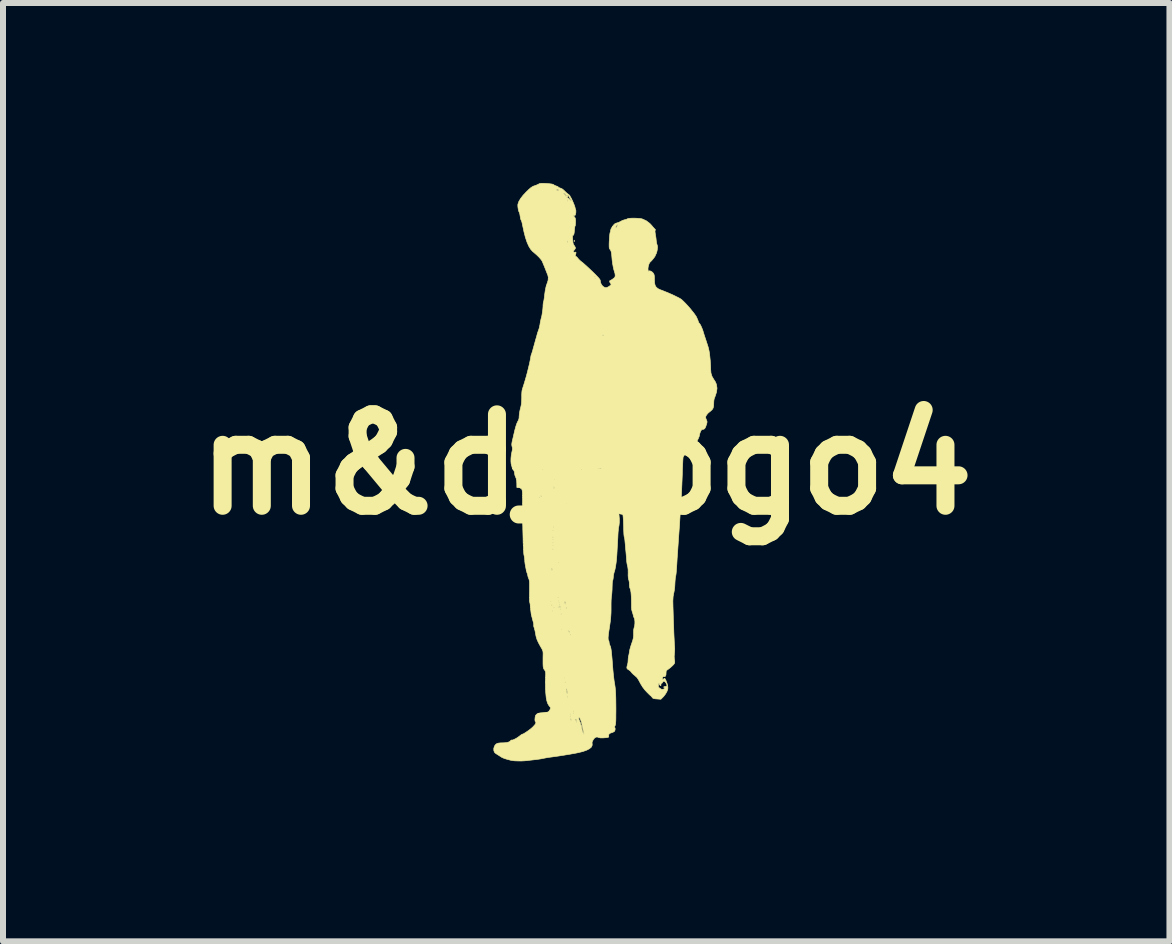
<source format=kicad_pcb>
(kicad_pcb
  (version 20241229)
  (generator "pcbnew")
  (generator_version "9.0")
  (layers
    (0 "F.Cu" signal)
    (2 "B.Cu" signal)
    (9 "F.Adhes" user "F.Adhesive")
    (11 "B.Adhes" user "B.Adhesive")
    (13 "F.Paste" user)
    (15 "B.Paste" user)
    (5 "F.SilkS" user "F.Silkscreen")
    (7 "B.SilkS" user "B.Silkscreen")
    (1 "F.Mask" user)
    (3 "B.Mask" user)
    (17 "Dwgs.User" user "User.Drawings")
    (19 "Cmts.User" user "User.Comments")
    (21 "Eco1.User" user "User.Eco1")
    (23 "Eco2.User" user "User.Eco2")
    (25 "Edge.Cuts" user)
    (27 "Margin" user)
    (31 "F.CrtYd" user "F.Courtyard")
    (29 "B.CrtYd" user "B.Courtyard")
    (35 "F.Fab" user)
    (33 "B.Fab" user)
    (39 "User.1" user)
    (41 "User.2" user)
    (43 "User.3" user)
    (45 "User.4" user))
  (footprint "m&d_logo4"
    (layer "F.Cu")
    (at 6.72 4.69)
    (property "Reference" "m&d_logo4" (at 0 0 0) (layer "F.SilkS") (effects (font (size 1.524 1.524) (thickness 0.3))))
    (attr through_hole)
    (fp_poly (pts (xy -0.198 -3.736) (xy -0.196 -3.719) (xy -0.198 -3.715) (xy -0.201 -3.714) (xy -0.202 -3.725) (xy -0.201 -3.737) (xy -0.198 -3.736)) (stroke (width 0.01) (type solid)) (fill yes) (layer "F.SilkS"))
    (fp_poly (pts (xy -0.715 -4.685) (xy -0.673 -4.683) (xy -0.662 -4.682) (xy -0.614 -4.678) (xy -0.58 -4.674) (xy -0.557 -4.669) (xy -0.544 -4.663) (xy -0.543 -4.661) (xy -0.524 -4.65) (xy -0.499 -4.64) (xy -0.496 -4.639) (xy -0.476 -4.632) (xy -0.466 -4.624) (xy -0.466 -4.623) (xy -0.458 -4.616) (xy -0.44 -4.608) (xy -0.43 -4.605) (xy -0.395 -4.589) (xy -0.362 -4.559) (xy -0.338 -4.535) (xy -0.313 -4.513) (xy -0.3 -4.504) (xy -0.282 -4.49) (xy -0.272 -4.478) (xy -0.271 -4.476) (xy -0.265 -4.461) (xy -0.262 -4.456) (xy -0.253 -4.443) (xy -0.241 -4.419) (xy -0.226 -4.387) (xy -0.212 -4.354) (xy -0.199 -4.322) (xy -0.19 -4.296) (xy -0.186 -4.282) (xy -0.182 -4.261) (xy -0.177 -4.249) (xy -0.172 -4.228) (xy -0.173 -4.197) (xy -0.174 -4.19) (xy -0.179 -4.165) (xy -0.185 -4.152) (xy -0.196 -4.149) (xy -0.209 -4.147) (xy -0.209 -4.14) (xy -0.196 -4.125) (xy -0.195 -4.123) (xy -0.186 -4.111) (xy -0.18 -4.094) (xy -0.178 -4.067) (xy -0.178 -4.044) (xy -0.179 -4.013) (xy -0.181 -3.989) (xy -0.184 -3.976) (xy -0.184 -3.976) (xy -0.19 -3.963) (xy -0.192 -3.947) (xy -0.197 -3.895) (xy -0.201 -3.859) (xy -0.206 -3.835) (xy -0.212 -3.822) (xy -0.218 -3.818) (xy -0.225 -3.816) (xy -0.228 -3.806) (xy -0.228 -3.785) (xy -0.226 -3.757) (xy -0.223 -3.719) (xy -0.22 -3.694) (xy -0.216 -3.676) (xy -0.209 -3.662) (xy -0.199 -3.647) (xy -0.197 -3.643) (xy -0.182 -3.619) (xy -0.18 -3.602) (xy -0.19 -3.584) (xy -0.201 -3.571) (xy -0.215 -3.554) (xy -0.217 -3.544) (xy -0.213 -3.54) (xy -0.196 -3.536) (xy -0.184 -3.537) (xy -0.172 -3.538) (xy -0.17 -3.528) (xy -0.171 -3.521) (xy -0.177 -3.499) (xy -0.182 -3.487) (xy -0.181 -3.473) (xy -0.172 -3.468) (xy -0.158 -3.458) (xy -0.141 -3.439) (xy -0.136 -3.432) (xy -0.116 -3.41) (xy -0.09 -3.386) (xy -0.074 -3.374) (xy -0.056 -3.36) (xy -0.029 -3.336) (xy 0.006 -3.305) (xy 0.046 -3.268) (xy 0.087 -3.229) (xy 0.101 -3.216) (xy 0.145 -3.173) (xy 0.178 -3.139) (xy 0.202 -3.114) (xy 0.218 -3.095) (xy 0.228 -3.081) (xy 0.233 -3.07) (xy 0.235 -3.059) (xy 0.235 -3.055) (xy 0.242 -3.022) (xy 0.258 -2.99) (xy 0.282 -2.965) (xy 0.309 -2.949) (xy 0.334 -2.946) (xy 0.353 -2.952) (xy 0.376 -2.964) (xy 0.397 -2.979) (xy 0.411 -2.993) (xy 0.415 -3.001) (xy 0.409 -3.015) (xy 0.402 -3.023) (xy 0.393 -3.036) (xy 0.39 -3.052) (xy 0.394 -3.063) (xy 0.399 -3.065) (xy 0.41 -3.07) (xy 0.43 -3.081) (xy 0.445 -3.092) (xy 0.467 -3.109) (xy 0.479 -3.124) (xy 0.482 -3.141) (xy 0.483 -3.151) (xy 0.479 -3.183) (xy 0.47 -3.213) (xy 0.47 -3.214) (xy 0.46 -3.246) (xy 0.45 -3.291) (xy 0.44 -3.345) (xy 0.432 -3.404) (xy 0.427 -3.463) (xy 0.423 -3.507) (xy 0.418 -3.538) (xy 0.41 -3.562) (xy 0.398 -3.582) (xy 0.39 -3.592) (xy 0.386 -3.601) (xy 0.383 -3.616) (xy 0.382 -3.641) (xy 0.382 -3.677) (xy 0.384 -3.727) (xy 0.385 -3.731) (xy 0.387 -3.776) (xy 0.39 -3.815) (xy 0.394 -3.844) (xy 0.397 -3.862) (xy 0.398 -3.865) (xy 0.404 -3.878) (xy 0.406 -3.899) (xy 0.414 -3.927) (xy 0.432 -3.957) (xy 0.492 -3.957) (xy 0.494 -3.947) (xy 0.5 -3.945) (xy 0.508 -3.952) (xy 0.508 -3.955) (xy 0.513 -3.969) (xy 0.521 -3.98) (xy 0.53 -3.991) (xy 0.527 -3.994) (xy 0.52 -3.993) (xy 0.507 -3.986) (xy 0.497 -3.972) (xy 0.492 -3.957) (xy 0.432 -3.957) (xy 0.435 -3.963) (xy 0.441 -3.971) (xy 0.462 -3.997) (xy 0.48 -4.013) (xy 0.499 -4.021) (xy 0.51 -4.024) (xy 0.54 -4.033) (xy 0.57 -4.048) (xy 0.575 -4.051) (xy 0.603 -4.066) (xy 0.634 -4.076) (xy 0.639 -4.077) (xy 0.664 -4.083) (xy 0.682 -4.091) (xy 0.685 -4.093) (xy 0.701 -4.098) (xy 0.729 -4.102) (xy 0.766 -4.104) (xy 0.808 -4.104) (xy 0.851 -4.102) (xy 0.891 -4.099) (xy 0.923 -4.094) (xy 0.937 -4.09) (xy 1.002 -4.06) (xy 1.06 -4.016) (xy 1.091 -3.983) (xy 1.111 -3.958) (xy 1.131 -3.936) (xy 1.142 -3.925) (xy 1.154 -3.911) (xy 1.151 -3.903) (xy 1.146 -3.894) (xy 1.147 -3.874) (xy 1.151 -3.843) (xy 1.157 -3.809) (xy 1.162 -3.777) (xy 1.164 -3.759) (xy 1.168 -3.721) (xy 1.174 -3.685) (xy 1.181 -3.659) (xy 1.185 -3.649) (xy 1.188 -3.632) (xy 1.187 -3.604) (xy 1.183 -3.571) (xy 1.176 -3.54) (xy 1.168 -3.516) (xy 1.165 -3.51) (xy 1.155 -3.491) (xy 1.151 -3.479) (xy 1.146 -3.468) (xy 1.133 -3.449) (xy 1.115 -3.426) (xy 1.096 -3.403) (xy 1.079 -3.385) (xy 1.069 -3.376) (xy 1.054 -3.358) (xy 1.042 -3.329) (xy 1.033 -3.295) (xy 1.029 -3.26) (xy 1.032 -3.231) (xy 1.033 -3.229) (xy 1.038 -3.215) (xy 1.041 -3.214) (xy 1.041 -3.215) (xy 1.047 -3.225) (xy 1.062 -3.226) (xy 1.082 -3.218) (xy 1.103 -3.204) (xy 1.12 -3.185) (xy 1.122 -3.181) (xy 1.131 -3.162) (xy 1.135 -3.14) (xy 1.137 -3.108) (xy 1.137 -3.083) (xy 1.139 -3.027) (xy 1.148 -2.985) (xy 1.167 -2.953) (xy 1.197 -2.929) (xy 1.239 -2.909) (xy 1.249 -2.906) (xy 1.278 -2.895) (xy 1.317 -2.879) (xy 1.36 -2.862) (xy 1.389 -2.849) (xy 1.433 -2.83) (xy 1.469 -2.813) (xy 1.501 -2.797) (xy 1.538 -2.779) (xy 1.567 -2.763) (xy 1.589 -2.748) (xy 1.618 -2.721) (xy 1.653 -2.686) (xy 1.691 -2.645) (xy 1.73 -2.601) (xy 1.767 -2.555) (xy 1.801 -2.512) (xy 1.828 -2.473) (xy 1.831 -2.469) (xy 1.839 -2.454) (xy 1.849 -2.431) (xy 1.86 -2.406) (xy 1.868 -2.384) (xy 1.871 -2.372) (xy 1.871 -2.372) (xy 1.877 -2.361) (xy 1.884 -2.353) (xy 1.897 -2.337) (xy 1.912 -2.309) (xy 1.928 -2.273) (xy 1.943 -2.234) (xy 1.951 -2.208) (xy 1.959 -2.181) (xy 1.971 -2.143) (xy 1.985 -2.101) (xy 1.994 -2.074) (xy 2.01 -2.025) (xy 2.022 -1.988) (xy 2.031 -1.96) (xy 2.037 -1.938) (xy 2.042 -1.916) (xy 2.047 -1.893) (xy 2.048 -1.888) (xy 2.055 -1.845) (xy 2.061 -1.791) (xy 2.067 -1.731) (xy 2.071 -1.671) (xy 2.074 -1.615) (xy 2.074 -1.586) (xy 2.079 -1.523) (xy 2.096 -1.468) (xy 2.125 -1.418) (xy 2.134 -1.405) (xy 2.15 -1.38) (xy 2.165 -1.347) (xy 2.171 -1.327) (xy 2.18 -1.27) (xy 2.172 -1.207) (xy 2.15 -1.139) (xy 2.146 -1.128) (xy 2.133 -1.095) (xy 2.127 -1.062) (xy 2.125 -1.02) (xy 2.123 -0.973) (xy 2.115 -0.939) (xy 2.098 -0.912) (xy 2.072 -0.888) (xy 2.061 -0.88) (xy 2.03 -0.854) (xy 2.006 -0.825) (xy 1.992 -0.798) (xy 1.99 -0.786) (xy 1.993 -0.769) (xy 2.002 -0.746) (xy 2.004 -0.741) (xy 2.011 -0.724) (xy 2.014 -0.709) (xy 2.011 -0.69) (xy 2.003 -0.662) (xy 2.002 -0.66) (xy 1.989 -0.622) (xy 1.976 -0.599) (xy 1.961 -0.587) (xy 1.943 -0.584) (xy 1.927 -0.58) (xy 1.914 -0.565) (xy 1.905 -0.549) (xy 1.895 -0.522) (xy 1.889 -0.499) (xy 1.888 -0.492) (xy 1.883 -0.468) (xy 1.87 -0.436) (xy 1.853 -0.401) (xy 1.833 -0.37) (xy 1.813 -0.347) (xy 1.809 -0.343) (xy 1.783 -0.329) (xy 1.756 -0.321) (xy 1.753 -0.32) (xy 1.732 -0.316) (xy 1.721 -0.304) (xy 1.714 -0.288) (xy 1.696 -0.24) (xy 1.672 -0.2) (xy 1.65 -0.172) (xy 1.631 -0.149) (xy 1.618 -0.127) (xy 1.614 -0.117) (xy 1.613 -0.104) (xy 1.611 -0.076) (xy 1.609 -0.036) (xy 1.607 0.015) (xy 1.604 0.074) (xy 1.602 0.138) (xy 1.601 0.174) (xy 1.598 0.246) (xy 1.595 0.319) (xy 1.592 0.39) (xy 1.589 0.454) (xy 1.586 0.509) (xy 1.583 0.55) (xy 1.583 0.559) (xy 1.579 0.61) (xy 1.575 0.672) (xy 1.571 0.737) (xy 1.567 0.798) (xy 1.566 0.813) (xy 1.563 0.872) (xy 1.559 0.938) (xy 1.555 1.002) (xy 1.551 1.059) (xy 1.55 1.071) (xy 1.545 1.145) (xy 1.539 1.227) (xy 1.533 1.315) (xy 1.527 1.404) (xy 1.521 1.492) (xy 1.515 1.573) (xy 1.511 1.646) (xy 1.507 1.706) (xy 1.507 1.71) (xy 1.503 1.757) (xy 1.5 1.8) (xy 1.496 1.835) (xy 1.492 1.858) (xy 1.491 1.863) (xy 1.487 1.883) (xy 1.483 1.915) (xy 1.48 1.955) (xy 1.478 1.994) (xy 1.475 2.045) (xy 1.469 2.093) (xy 1.462 2.132) (xy 1.459 2.146) (xy 1.448 2.204) (xy 1.444 2.277) (xy 1.444 2.278) (xy 1.445 2.319) (xy 1.446 2.371) (xy 1.448 2.433) (xy 1.45 2.501) (xy 1.452 2.574) (xy 1.455 2.649) (xy 1.458 2.723) (xy 1.46 2.794) (xy 1.463 2.86) (xy 1.466 2.919) (xy 1.468 2.967) (xy 1.47 3.003) (xy 1.472 3.023) (xy 1.475 3.076) (xy 1.472 3.13) (xy 1.47 3.147) (xy 1.466 3.201) (xy 1.469 3.247) (xy 1.471 3.253) (xy 1.475 3.284) (xy 1.474 3.306) (xy 1.469 3.319) (xy 1.455 3.337) (xy 1.432 3.36) (xy 1.403 3.386) (xy 1.372 3.41) (xy 1.353 3.423) (xy 1.337 3.437) (xy 1.331 3.455) (xy 1.331 3.469) (xy 1.329 3.506) (xy 1.322 3.528) (xy 1.307 3.537) (xy 1.297 3.537) (xy 1.281 3.538) (xy 1.274 3.546) (xy 1.271 3.564) (xy 1.27 3.583) (xy 1.273 3.588) (xy 1.283 3.581) (xy 1.285 3.579) (xy 1.299 3.568) (xy 1.307 3.564) (xy 1.314 3.572) (xy 1.325 3.591) (xy 1.336 3.619) (xy 1.347 3.649) (xy 1.355 3.679) (xy 1.359 3.699) (xy 1.361 3.726) (xy 1.358 3.75) (xy 1.348 3.777) (xy 1.342 3.791) (xy 1.322 3.825) (xy 1.297 3.859) (xy 1.281 3.877) (xy 1.244 3.914) (xy 1.179 3.909) (xy 1.144 3.906) (xy 1.122 3.901) (xy 1.109 3.895) (xy 1.101 3.885) (xy 1.086 3.867) (xy 1.076 3.857) (xy 1.064 3.847) (xy 1.045 3.829) (xy 1.021 3.805) (xy 1.01 3.794) (xy 0.974 3.755) (xy 0.942 3.712) (xy 0.93 3.693) (xy 1.201 3.693) (xy 1.202 3.706) (xy 1.218 3.724) (xy 1.221 3.727) (xy 1.251 3.746) (xy 1.278 3.749) (xy 1.3 3.739) (xy 1.311 3.729) (xy 1.309 3.724) (xy 1.302 3.721) (xy 1.291 3.713) (xy 1.295 3.705) (xy 1.311 3.701) (xy 1.321 3.7) (xy 1.341 3.695) (xy 1.346 3.681) (xy 1.338 3.658) (xy 1.327 3.64) (xy 1.308 3.618) (xy 1.291 3.612) (xy 1.278 3.623) (xy 1.274 3.63) (xy 1.264 3.645) (xy 1.255 3.649) (xy 1.246 3.653) (xy 1.246 3.655) (xy 1.246 3.669) (xy 1.246 3.678) (xy 1.243 3.688) (xy 1.234 3.684) (xy 1.232 3.683) (xy 1.221 3.669) (xy 1.219 3.661) (xy 1.213 3.647) (xy 1.21 3.644) (xy 1.203 3.645) (xy 1.204 3.66) (xy 1.205 3.681) (xy 1.201 3.693) (xy 0.93 3.693) (xy 0.911 3.663) (xy 0.878 3.602) (xy 0.876 3.598) (xy 0.848 3.554) (xy 0.812 3.521) (xy 0.81 3.519) (xy 0.784 3.498) (xy 0.762 3.476) (xy 0.753 3.464) (xy 0.734 3.442) (xy 0.709 3.424) (xy 0.707 3.423) (xy 0.687 3.41) (xy 0.678 3.396) (xy 0.677 3.385) (xy 0.681 3.36) (xy 0.686 3.343) (xy 0.691 3.326) (xy 0.696 3.299) (xy 0.698 3.266) (xy 0.698 3.264) (xy 0.7 3.232) (xy 0.703 3.207) (xy 0.706 3.194) (xy 0.706 3.193) (xy 0.71 3.18) (xy 0.714 3.158) (xy 0.716 3.149) (xy 0.726 3.088) (xy 0.743 3.028) (xy 0.756 2.989) (xy 0.774 2.937) (xy 0.785 2.894) (xy 0.789 2.851) (xy 0.789 2.806) (xy 0.79 2.758) (xy 0.798 2.721) (xy 0.8 2.716) (xy 0.807 2.688) (xy 0.811 2.652) (xy 0.811 2.615) (xy 0.807 2.582) (xy 0.8 2.56) (xy 0.79 2.539) (xy 0.785 2.518) (xy 0.779 2.494) (xy 0.77 2.465) (xy 0.767 2.456) (xy 0.758 2.423) (xy 0.754 2.387) (xy 0.754 2.38) (xy 0.754 2.308) (xy 0.753 2.241) (xy 0.75 2.182) (xy 0.746 2.133) (xy 0.74 2.097) (xy 0.734 2.074) (xy 0.732 2.071) (xy 0.724 2.051) (xy 0.72 2.019) (xy 0.72 2.002) (xy 0.718 1.968) (xy 0.713 1.937) (xy 0.708 1.921) (xy 0.701 1.892) (xy 0.698 1.847) (xy 0.699 1.812) (xy 0.698 1.751) (xy 0.692 1.706) (xy 0.689 1.694) (xy 0.682 1.666) (xy 0.676 1.629) (xy 0.673 1.592) (xy 0.67 1.553) (xy 0.666 1.505) (xy 0.662 1.459) (xy 0.661 1.448) (xy 0.656 1.401) (xy 0.652 1.35) (xy 0.648 1.305) (xy 0.647 1.296) (xy 0.644 1.261) (xy 0.64 1.231) (xy 0.635 1.212) (xy 0.634 1.209) (xy 0.631 1.196) (xy 0.628 1.168) (xy 0.626 1.13) (xy 0.624 1.083) (xy 0.623 1.032) (xy 0.623 1.03) (xy 0.62 0.947) (xy 0.616 0.88) (xy 0.61 0.828) (xy 0.601 0.791) (xy 0.59 0.767) (xy 0.581 0.758) (xy 0.567 0.754) (xy 0.555 0.765) (xy 0.553 0.766) (xy 0.547 0.779) (xy 0.544 0.796) (xy 0.545 0.824) (xy 0.547 0.847) (xy 0.552 0.908) (xy 0.552 0.966) (xy 0.547 1.015) (xy 0.542 1.041) (xy 0.538 1.061) (xy 0.535 1.094) (xy 0.531 1.134) (xy 0.529 1.173) (xy 0.527 1.219) (xy 0.524 1.273) (xy 0.521 1.331) (xy 0.517 1.391) (xy 0.514 1.448) (xy 0.511 1.501) (xy 0.508 1.545) (xy 0.505 1.577) (xy 0.504 1.592) (xy 0.496 1.657) (xy 0.487 1.713) (xy 0.478 1.757) (xy 0.47 1.784) (xy 0.462 1.81) (xy 0.455 1.845) (xy 0.452 1.87) (xy 0.449 1.901) (xy 0.444 1.927) (xy 0.44 1.939) (xy 0.437 1.954) (xy 0.434 1.981) (xy 0.433 2.015) (xy 0.432 2.037) (xy 0.431 2.084) (xy 0.428 2.133) (xy 0.424 2.178) (xy 0.422 2.189) (xy 0.418 2.223) (xy 0.415 2.27) (xy 0.414 2.322) (xy 0.414 2.375) (xy 0.414 2.383) (xy 0.414 2.433) (xy 0.413 2.48) (xy 0.41 2.527) (xy 0.406 2.577) (xy 0.399 2.634) (xy 0.389 2.702) (xy 0.377 2.781) (xy 0.369 2.84) (xy 0.365 2.885) (xy 0.366 2.916) (xy 0.371 2.932) (xy 0.373 2.934) (xy 0.379 2.945) (xy 0.381 2.964) (xy 0.385 2.988) (xy 0.395 3.016) (xy 0.398 3.022) (xy 0.403 3.033) (xy 0.407 3.047) (xy 0.411 3.064) (xy 0.415 3.087) (xy 0.419 3.118) (xy 0.423 3.158) (xy 0.428 3.208) (xy 0.433 3.27) (xy 0.439 3.347) (xy 0.444 3.412) (xy 0.449 3.468) (xy 0.455 3.523) (xy 0.461 3.573) (xy 0.466 3.614) (xy 0.47 3.636) (xy 0.477 3.678) (xy 0.483 3.722) (xy 0.488 3.773) (xy 0.491 3.831) (xy 0.493 3.898) (xy 0.494 3.978) (xy 0.495 4.072) (xy 0.495 4.104) (xy 0.494 4.174) (xy 0.494 4.229) (xy 0.493 4.271) (xy 0.491 4.302) (xy 0.489 4.324) (xy 0.486 4.34) (xy 0.483 4.35) (xy 0.48 4.355) (xy 0.472 4.373) (xy 0.474 4.382) (xy 0.481 4.394) (xy 0.482 4.415) (xy 0.477 4.437) (xy 0.472 4.447) (xy 0.457 4.458) (xy 0.434 4.468) (xy 0.426 4.47) (xy 0.394 4.482) (xy 0.377 4.499) (xy 0.374 4.522) (xy 0.375 4.526) (xy 0.376 4.537) (xy 0.372 4.545) (xy 0.36 4.55) (xy 0.339 4.554) (xy 0.304 4.556) (xy 0.284 4.558) (xy 0.236 4.558) (xy 0.205 4.551) (xy 0.201 4.549) (xy 0.182 4.542) (xy 0.166 4.545) (xy 0.152 4.551) (xy 0.134 4.565) (xy 0.118 4.587) (xy 0.104 4.612) (xy 0.097 4.635) (xy 0.098 4.649) (xy 0.1 4.663) (xy 0.098 4.684) (xy 0.098 4.686) (xy 0.084 4.713) (xy 0.054 4.738) (xy 0.008 4.762) (xy -0.053 4.784) (xy -0.13 4.803) (xy -0.178 4.813) (xy -0.279 4.831) (xy -0.377 4.847) (xy -0.467 4.861) (xy -0.546 4.872) (xy -0.559 4.874) (xy -0.605 4.88) (xy -0.652 4.887) (xy -0.694 4.895) (xy -0.715 4.899) (xy -0.754 4.907) (xy -0.8 4.914) (xy -0.844 4.92) (xy -0.847 4.92) (xy -0.89 4.925) (xy -0.936 4.93) (xy -0.976 4.935) (xy -0.978 4.936) (xy -1.028 4.94) (xy -1.084 4.943) (xy -1.142 4.942) (xy -1.195 4.94) (xy -1.24 4.934) (xy -1.253 4.932) (xy -1.315 4.916) (xy -1.364 4.901) (xy -1.404 4.884) (xy -1.435 4.864) (xy -1.463 4.846) (xy -1.49 4.829) (xy -1.504 4.821) (xy -1.528 4.8) (xy -1.54 4.769) (xy -1.541 4.734) (xy -1.53 4.697) (xy -1.52 4.681) (xy -1.506 4.664) (xy -1.488 4.652) (xy -1.464 4.645) (xy -1.429 4.641) (xy -1.381 4.64) (xy -1.379 4.64) (xy -1.336 4.637) (xy -1.299 4.629) (xy -1.272 4.617) (xy -1.259 4.602) (xy -1.248 4.593) (xy -1.242 4.594) (xy -1.226 4.593) (xy -1.201 4.583) (xy -1.17 4.567) (xy -1.138 4.547) (xy -1.11 4.526) (xy -1.088 4.509) (xy -1.071 4.498) (xy -1.064 4.496) (xy -1.049 4.491) (xy -1.025 4.477) (xy -0.994 4.457) (xy -0.961 4.434) (xy -0.928 4.409) (xy -0.9 4.385) (xy -0.883 4.369) (xy -0.854 4.336) (xy -0.84 4.312) (xy -0.84 4.295) (xy -0.847 4.288) (xy -0.853 4.276) (xy -0.855 4.253) (xy -0.853 4.226) (xy -0.849 4.199) (xy -0.844 4.187) (xy -0.268 4.187) (xy -0.267 4.203) (xy -0.267 4.211) (xy -0.262 4.246) (xy -0.255 4.264) (xy -0.25 4.267) (xy -0.25 4.26) (xy -0.25 4.26) (xy -0.186 4.26) (xy -0.181 4.264) (xy -0.178 4.263) (xy -0.172 4.266) (xy -0.169 4.283) (xy -0.169 4.284) (xy -0.167 4.302) (xy -0.16 4.31) (xy -0.16 4.31) (xy -0.155 4.302) (xy -0.157 4.282) (xy -0.162 4.261) (xy -0.166 4.248) (xy -0.167 4.248) (xy -0.175 4.245) (xy -0.184 4.252) (xy -0.186 4.26) (xy -0.25 4.26) (xy -0.253 4.242) (xy -0.254 4.235) (xy -0.257 4.222) (xy -0.125 4.222) (xy -0.123 4.241) (xy -0.115 4.266) (xy -0.111 4.275) (xy -0.1 4.299) (xy -0.094 4.32) (xy -0.093 4.326) (xy -0.089 4.342) (xy -0.085 4.348) (xy -0.079 4.359) (xy -0.076 4.377) (xy -0.074 4.399) (xy -0.068 4.426) (xy -0.06 4.454) (xy -0.051 4.478) (xy -0.043 4.493) (xy -0.04 4.496) (xy -0.035 4.49) (xy -0.036 4.485) (xy -0.041 4.467) (xy -0.049 4.438) (xy -0.057 4.401) (xy -0.066 4.363) (xy -0.073 4.328) (xy -0.075 4.315) (xy -0.084 4.282) (xy -0.096 4.25) (xy -0.103 4.235) (xy -0.115 4.217) (xy -0.122 4.212) (xy -0.125 4.219) (xy -0.125 4.222) (xy -0.257 4.222) (xy -0.262 4.203) (xy -0.266 4.187) (xy -0.268 4.187) (xy -0.844 4.187) (xy -0.843 4.183) (xy -0.827 4.163) (xy -0.817 4.157) (xy -0.271 4.157) (xy -0.268 4.164) (xy -0.265 4.163) (xy -0.264 4.153) (xy -0.265 4.151) (xy -0.27 4.153) (xy -0.271 4.157) (xy -0.817 4.157) (xy -0.802 4.149) (xy -0.782 4.144) (xy -0.212 4.144) (xy -0.207 4.149) (xy -0.203 4.144) (xy -0.207 4.14) (xy -0.212 4.144) (xy -0.782 4.144) (xy -0.766 4.141) (xy -0.716 4.137) (xy -0.712 4.137) (xy -0.67 4.134) (xy -0.641 4.127) (xy -0.621 4.114) (xy -0.619 4.111) (xy -0.22 4.111) (xy -0.216 4.115) (xy -0.212 4.111) (xy -0.216 4.106) (xy -0.22 4.111) (xy -0.619 4.111) (xy -0.607 4.093) (xy -0.601 4.08) (xy -0.595 4.061) (xy -0.599 4.047) (xy -0.608 4.036) (xy -0.629 4.009) (xy -0.645 3.977) (xy -0.657 3.938) (xy -0.667 3.887) (xy -0.673 3.824) (xy -0.676 3.789) (xy -0.678 3.745) (xy -0.337 3.745) (xy -0.332 3.767) (xy -0.332 3.767) (xy -0.326 3.79) (xy -0.32 3.822) (xy -0.316 3.846) (xy -0.312 3.872) (xy -0.31 3.883) (xy -0.307 3.879) (xy -0.306 3.87) (xy -0.307 3.843) (xy -0.311 3.811) (xy -0.313 3.805) (xy -0.318 3.776) (xy -0.322 3.75) (xy -0.322 3.745) (xy -0.323 3.73) (xy -0.329 3.73) (xy -0.331 3.731) (xy -0.337 3.745) (xy -0.678 3.745) (xy -0.679 3.736) (xy -0.68 3.682) (xy -0.681 3.632) (xy -0.681 3.628) (xy -0.356 3.628) (xy -0.351 3.632) (xy -0.347 3.628) (xy -0.351 3.624) (xy -0.356 3.628) (xy -0.681 3.628) (xy -0.681 3.593) (xy -0.68 3.581) (xy -0.679 3.551) (xy -0.363 3.551) (xy -0.362 3.562) (xy -0.359 3.562) (xy -0.357 3.551) (xy -0.358 3.546) (xy -0.362 3.543) (xy -0.363 3.551) (xy -0.679 3.551) (xy -0.678 3.533) (xy -0.676 3.499) (xy -0.677 3.474) (xy -0.679 3.457) (xy -0.684 3.444) (xy -0.691 3.431) (xy -0.697 3.422) (xy -0.705 3.412) (xy -0.71 3.401) (xy -0.714 3.389) (xy -0.717 3.373) (xy -0.719 3.351) (xy -0.72 3.32) (xy -0.72 3.279) (xy -0.72 3.225) (xy -0.719 3.168) (xy -0.719 3.14) (xy -0.721 3.119) (xy -0.727 3.099) (xy -0.737 3.077) (xy -0.754 3.048) (xy -0.766 3.027) (xy -0.797 2.97) (xy -0.82 2.919) (xy -0.836 2.867) (xy -0.841 2.841) (xy -0.271 2.841) (xy -0.267 2.845) (xy -0.262 2.841) (xy -0.267 2.836) (xy -0.271 2.841) (xy -0.841 2.841) (xy -0.847 2.806) (xy -0.848 2.803) (xy -0.854 2.769) (xy -0.855 2.768) (xy -0.305 2.768) (xy -0.299 2.777) (xy -0.296 2.777) (xy -0.289 2.784) (xy -0.288 2.794) (xy -0.285 2.808) (xy -0.28 2.811) (xy -0.276 2.804) (xy -0.277 2.794) (xy -0.284 2.779) (xy -0.293 2.768) (xy -0.302 2.763) (xy -0.305 2.768) (xy -0.855 2.768) (xy -0.86 2.747) (xy -0.415 2.747) (xy -0.411 2.752) (xy -0.406 2.747) (xy -0.411 2.743) (xy -0.415 2.747) (xy -0.86 2.747) (xy -0.862 2.738) (xy -0.868 2.72) (xy -0.875 2.698) (xy -0.876 2.681) (xy -0.875 2.68) (xy -0.875 2.666) (xy -0.879 2.641) (xy -0.885 2.619) (xy -0.892 2.593) (xy -0.898 2.574) (xy -0.899 2.568) (xy -0.901 2.559) (xy -0.906 2.539) (xy -0.911 2.521) (xy -0.916 2.493) (xy -0.423 2.493) (xy -0.419 2.498) (xy -0.415 2.493) (xy -0.419 2.489) (xy -0.423 2.493) (xy -0.916 2.493) (xy -0.917 2.492) (xy -0.922 2.453) (xy -0.923 2.443) (xy -0.567 2.443) (xy -0.563 2.447) (xy -0.559 2.443) (xy -0.563 2.438) (xy -0.567 2.443) (xy -0.923 2.443) (xy -0.927 2.413) (xy -0.432 2.413) (xy -0.429 2.42) (xy -0.426 2.419) (xy -0.425 2.409) (xy -0.426 2.407) (xy -0.431 2.409) (xy -0.432 2.413) (xy -0.927 2.413) (xy -0.927 2.411) (xy -0.928 2.396) (xy -0.929 2.383) (xy -0.541 2.383) (xy -0.54 2.394) (xy -0.537 2.394) (xy -0.536 2.391) (xy -0.338 2.391) (xy -0.336 2.402) (xy -0.334 2.402) (xy -0.332 2.391) (xy -0.333 2.386) (xy -0.337 2.383) (xy -0.338 2.391) (xy -0.536 2.391) (xy -0.535 2.382) (xy -0.536 2.378) (xy -0.54 2.374) (xy -0.541 2.383) (xy -0.929 2.383) (xy -0.93 2.373) (xy -0.473 2.373) (xy -0.471 2.378) (xy -0.462 2.387) (xy -0.457 2.385) (xy -0.457 2.384) (xy -0.463 2.377) (xy -0.467 2.374) (xy -0.473 2.373) (xy -0.93 2.373) (xy -0.931 2.36) (xy -0.933 2.345) (xy -0.576 2.345) (xy -0.573 2.352) (xy -0.57 2.351) (xy -0.569 2.342) (xy -0.45 2.342) (xy -0.447 2.361) (xy -0.446 2.366) (xy -0.438 2.386) (xy -0.434 2.391) (xy -0.433 2.38) (xy -0.436 2.359) (xy -0.442 2.34) (xy -0.447 2.332) (xy -0.448 2.332) (xy -0.45 2.342) (xy -0.569 2.342) (xy -0.569 2.341) (xy -0.57 2.34) (xy -0.575 2.341) (xy -0.576 2.345) (xy -0.933 2.345) (xy -0.935 2.328) (xy -0.939 2.307) (xy -0.457 2.307) (xy -0.453 2.311) (xy -0.449 2.307) (xy -0.453 2.303) (xy -0.457 2.307) (xy -0.939 2.307) (xy -0.939 2.307) (xy -0.941 2.301) (xy -0.943 2.289) (xy -0.943 2.286) (xy -0.593 2.286) (xy -0.59 2.293) (xy -0.587 2.292) (xy -0.586 2.286) (xy -0.466 2.286) (xy -0.463 2.293) (xy -0.46 2.292) (xy -0.46 2.29) (xy -0.361 2.29) (xy -0.357 2.31) (xy -0.354 2.32) (xy -0.347 2.339) (xy -0.342 2.343) (xy -0.34 2.339) (xy -0.342 2.319) (xy -0.347 2.299) (xy -0.355 2.282) (xy -0.36 2.28) (xy -0.361 2.29) (xy -0.46 2.29) (xy -0.459 2.282) (xy -0.46 2.28) (xy -0.465 2.282) (xy -0.466 2.286) (xy -0.586 2.286) (xy -0.586 2.282) (xy -0.587 2.28) (xy -0.592 2.282) (xy -0.593 2.286) (xy -0.943 2.286) (xy -0.944 2.265) (xy -0.466 2.265) (xy -0.461 2.269) (xy -0.457 2.265) (xy -0.461 2.261) (xy -0.466 2.265) (xy -0.944 2.265) (xy -0.945 2.262) (xy -0.946 2.224) (xy -0.946 2.222) (xy -0.474 2.222) (xy -0.47 2.227) (xy -0.466 2.222) (xy -0.47 2.218) (xy -0.474 2.222) (xy -0.946 2.222) (xy -0.946 2.178) (xy -0.946 2.125) (xy -0.945 2.113) (xy -0.945 2.053) (xy -0.945 2.007) (xy -0.945 1.973) (xy -0.947 1.948) (xy -0.95 1.929) (xy -0.954 1.914) (xy -0.958 1.904) (xy -0.968 1.879) (xy -0.973 1.858) (xy -0.974 1.853) (xy -0.978 1.831) (xy -0.982 1.82) (xy -0.989 1.802) (xy -0.997 1.771) (xy -1.002 1.748) (xy -0.573 1.748) (xy -0.573 1.768) (xy -0.571 1.776) (xy -0.57 1.772) (xy -0.568 1.749) (xy -0.57 1.729) (xy -0.572 1.724) (xy -0.573 1.733) (xy -0.573 1.748) (xy -1.002 1.748) (xy -1.005 1.733) (xy -1.013 1.691) (xy -1.02 1.652) (xy -1.022 1.63) (xy -0.466 1.63) (xy -0.461 1.634) (xy -0.457 1.63) (xy -0.461 1.626) (xy -0.466 1.63) (xy -1.022 1.63) (xy -1.024 1.619) (xy -1.024 1.603) (xy -1.027 1.572) (xy -1.032 1.535) (xy -1.036 1.517) (xy -1.04 1.495) (xy -1.043 1.458) (xy -1.046 1.414) (xy -0.559 1.414) (xy -0.556 1.421) (xy -0.553 1.42) (xy -0.552 1.41) (xy -0.553 1.408) (xy -0.558 1.409) (xy -0.559 1.414) (xy -1.046 1.414) (xy -1.046 1.407) (xy -1.049 1.35) (xy -0.559 1.35) (xy -0.555 1.355) (xy -0.55 1.35) (xy -0.555 1.346) (xy -0.559 1.35) (xy -1.049 1.35) (xy -1.049 1.343) (xy -1.051 1.304) (xy -0.559 1.304) (xy -0.556 1.311) (xy -0.553 1.31) (xy -0.552 1.299) (xy -0.553 1.298) (xy -0.558 1.299) (xy -0.559 1.304) (xy -1.051 1.304) (xy -1.052 1.268) (xy -1.052 1.253) (xy -0.559 1.253) (xy -0.556 1.26) (xy -0.553 1.259) (xy -0.552 1.249) (xy -0.553 1.247) (xy -0.558 1.249) (xy -0.559 1.253) (xy -1.052 1.253) (xy -1.053 1.214) (xy -0.558 1.214) (xy -0.557 1.225) (xy -0.554 1.225) (xy -0.552 1.214) (xy -0.553 1.209) (xy -0.557 1.206) (xy -0.558 1.214) (xy -1.053 1.214) (xy -1.054 1.183) (xy -1.056 1.101) (xy -0.559 1.101) (xy -0.556 1.108) (xy -0.553 1.106) (xy -0.552 1.096) (xy -0.553 1.095) (xy -0.558 1.096) (xy -0.559 1.101) (xy -1.056 1.101) (xy -1.057 1.089) (xy -1.057 1.045) (xy -0.55 1.045) (xy -0.548 1.056) (xy -0.545 1.056) (xy -0.543 1.045) (xy -0.545 1.04) (xy -0.548 1.037) (xy -0.55 1.045) (xy -1.057 1.045) (xy -1.059 0.989) (xy -1.06 0.883) (xy -1.061 0.773) (xy -1.061 0.75) (xy -0.547 0.75) (xy -0.546 0.754) (xy -0.538 0.762) (xy -0.537 0.762) (xy -0.533 0.755) (xy -0.533 0.754) (xy -0.54 0.745) (xy -0.542 0.745) (xy -0.547 0.75) (xy -1.061 0.75) (xy -1.062 0.72) (xy -0.542 0.72) (xy -0.539 0.727) (xy -0.536 0.725) (xy -0.535 0.715) (xy -0.536 0.714) (xy -0.541 0.715) (xy -0.542 0.72) (xy -1.062 0.72) (xy -1.062 0.66) (xy -1.062 0.652) (xy -0.33 0.652) (xy -0.327 0.659) (xy -0.325 0.658) (xy -0.324 0.648) (xy -0.325 0.646) (xy -0.33 0.647) (xy -0.33 0.652) (xy -1.062 0.652) (xy -1.062 0.633) (xy -1.062 0.568) (xy -1.062 0.555) (xy -0.787 0.555) (xy -0.783 0.559) (xy -0.779 0.555) (xy -0.783 0.55) (xy -0.787 0.555) (xy -1.062 0.555) (xy -1.063 0.518) (xy -1.063 0.517) (xy -0.76 0.517) (xy -0.758 0.526) (xy -0.757 0.527) (xy -0.751 0.538) (xy -0.747 0.538) (xy -0.748 0.529) (xy -0.752 0.523) (xy -0.76 0.517) (xy -1.063 0.517) (xy -1.063 0.481) (xy -1.065 0.454) (xy -1.067 0.435) (xy -1.07 0.423) (xy -1.074 0.414) (xy -1.079 0.408) (xy -1.082 0.405) (xy -1.109 0.388) (xy -1.128 0.385) (xy -0.54 0.385) (xy -0.539 0.4) (xy -0.537 0.401) (xy -0.536 0.4) (xy -0.535 0.383) (xy -0.536 0.375) (xy -0.539 0.371) (xy -0.54 0.383) (xy -0.54 0.385) (xy -1.128 0.385) (xy -1.156 0.385) (xy -1.157 0.318) (xy -1.159 0.275) (xy -1.163 0.25) (xy -0.533 0.25) (xy -0.529 0.254) (xy -0.525 0.25) (xy -0.529 0.246) (xy -0.533 0.25) (xy -1.163 0.25) (xy -1.164 0.243) (xy -1.174 0.216) (xy -1.176 0.214) (xy -1.187 0.186) (xy -1.193 0.16) (xy -1.194 0.152) (xy -1.198 0.122) (xy -1.21 0.096) (xy -1.222 0.083) (xy -1.224 0.08) (xy -0.728 0.08) (xy -0.724 0.085) (xy -0.72 0.08) (xy -0.085 0.08) (xy -0.08 0.085) (xy -0.076 0.08) (xy -0.08 0.076) (xy -0.085 0.08) (xy -0.72 0.08) (xy -0.724 0.076) (xy -0.728 0.08) (xy -1.224 0.08) (xy -1.228 0.074) (xy -0.682 0.074) (xy -0.674 0.076) (xy -0.663 0.074) (xy -0.663 0.072) (xy 0.031 0.072) (xy 0.04 0.073) (xy 0.059 0.074) (xy 0.08 0.073) (xy 0.088 0.072) (xy 0.083 0.07) (xy 0.055 0.069) (xy 0.036 0.07) (xy 0.031 0.072) (xy -0.663 0.072) (xy -0.663 0.071) (xy -0.674 0.069) (xy -0.679 0.07) (xy -0.682 0.074) (xy -1.228 0.074) (xy -1.23 0.071) (xy -1.232 0.062) (xy -0.641 0.062) (xy -0.639 0.067) (xy -0.635 0.068) (xy -0.629 0.065) (xy 0.182 0.065) (xy 0.303 0.067) (xy 0.351 0.067) (xy 0.384 0.066) (xy 0.406 0.065) (xy 0.418 0.062) (xy 0.423 0.058) (xy 0.423 0.055) (xy 0.42 0.047) (xy 0.409 0.044) (xy 0.385 0.047) (xy 0.36 0.05) (xy 0.323 0.054) (xy 0.282 0.058) (xy 0.265 0.059) (xy 0.182 0.065) (xy -0.629 0.065) (xy -0.628 0.065) (xy -0.629 0.062) (xy -0.639 0.061) (xy -0.641 0.062) (xy -1.232 0.062) (xy -1.233 0.058) (xy -1.239 0.034) (xy -1.245 0.016) (xy -1.252 -0.014) (xy -1.253 -0.028) (xy 0.306 -0.028) (xy 0.311 -0.027) (xy 0.33 -0.026) (xy 0.358 -0.025) (xy 0.358 -0.025) (xy 0.387 -0.027) (xy 0.407 -0.03) (xy 0.415 -0.034) (xy 0.407 -0.037) (xy 0.388 -0.038) (xy 0.363 -0.037) (xy 0.338 -0.035) (xy 0.317 -0.032) (xy 0.306 -0.028) (xy -1.253 -0.028) (xy -1.255 -0.056) (xy -1.254 -0.104) (xy -1.249 -0.154) (xy -1.241 -0.197) (xy -1.233 -0.233) (xy -1.23 -0.258) (xy -1.231 -0.278) (xy -1.236 -0.298) (xy -1.24 -0.317) (xy -1.241 -0.337) (xy -1.238 -0.362) (xy -1.231 -0.397) (xy -1.229 -0.405) (xy -1.219 -0.446) (xy -1.208 -0.495) (xy -1.196 -0.546) (xy -1.189 -0.576) (xy -1.174 -0.631) (xy -1.159 -0.677) (xy -1.144 -0.71) (xy -1.142 -0.713) (xy -1.127 -0.743) (xy -1.119 -0.772) (xy -1.118 -0.804) (xy -1.115 -0.836) (xy -1.109 -0.877) (xy -1.1 -0.92) (xy -1.096 -0.935) (xy -1.086 -0.976) (xy -1.08 -1.014) (xy -1.077 -1.054) (xy -1.075 -1.103) (xy -1.075 -1.121) (xy -1.075 -1.167) (xy -1.073 -1.202) (xy -1.07 -1.23) (xy -1.063 -1.258) (xy -1.053 -1.29) (xy -1.045 -1.314) (xy -1.03 -1.362) (xy -1.013 -1.419) (xy -0.995 -1.482) (xy -0.978 -1.547) (xy -0.962 -1.613) (xy -0.947 -1.674) (xy -0.936 -1.727) (xy -0.928 -1.769) (xy -0.925 -1.786) (xy -0.921 -1.811) (xy -0.916 -1.829) (xy -0.915 -1.833) (xy -0.909 -1.845) (xy -0.902 -1.868) (xy -0.892 -1.899) (xy -0.89 -1.909) (xy -0.871 -1.977) (xy -0.855 -2.035) (xy -0.841 -2.086) (xy -0.834 -2.108) (xy -0.825 -2.142) (xy -0.822 -2.151) (xy 0.271 -2.151) (xy 0.277 -2.142) (xy 0.279 -2.142) (xy 0.288 -2.149) (xy 0.288 -2.151) (xy 0.281 -2.159) (xy 0.279 -2.159) (xy 0.271 -2.153) (xy 0.271 -2.151) (xy -0.822 -2.151) (xy -0.816 -2.175) (xy -0.812 -2.189) (xy -0.802 -2.218) (xy -0.792 -2.245) (xy -0.791 -2.249) (xy -0.784 -2.27) (xy -0.777 -2.302) (xy -0.77 -2.336) (xy -0.77 -2.337) (xy -0.765 -2.372) (xy -0.758 -2.404) (xy -0.753 -2.425) (xy -0.753 -2.426) (xy -0.744 -2.456) (xy -0.736 -2.498) (xy -0.729 -2.544) (xy -0.723 -2.591) (xy -0.72 -2.63) (xy -0.72 -2.644) (xy -0.718 -2.673) (xy -0.715 -2.697) (xy -0.712 -2.707) (xy -0.708 -2.722) (xy -0.703 -2.748) (xy -0.698 -2.784) (xy -0.695 -2.812) (xy -0.684 -2.893) (xy -0.67 -2.961) (xy -0.665 -2.976) (xy 0.237 -2.976) (xy 0.241 -2.972) (xy 0.246 -2.976) (xy 0.241 -2.98) (xy 0.237 -2.976) (xy -0.665 -2.976) (xy -0.653 -3.015) (xy -0.648 -3.026) (xy -0.635 -3.07) (xy -0.633 -3.103) (xy 0.144 -3.103) (xy 0.148 -3.099) (xy 0.152 -3.103) (xy 0.148 -3.107) (xy 0.144 -3.103) (xy -0.633 -3.103) (xy -0.632 -3.115) (xy -0.634 -3.126) (xy 0.131 -3.126) (xy 0.139 -3.125) (xy 0.15 -3.126) (xy 0.15 -3.129) (xy 0.139 -3.131) (xy 0.134 -3.13) (xy 0.131 -3.126) (xy -0.634 -3.126) (xy -0.639 -3.15) (xy -0.658 -3.199) (xy -0.678 -3.249) (xy -0.697 -3.298) (xy -0.715 -3.34) (xy -0.729 -3.374) (xy -0.737 -3.392) (xy -0.755 -3.417) (xy -0.784 -3.451) (xy -0.824 -3.49) (xy -0.873 -3.533) (xy -0.895 -3.551) (xy -0.927 -3.587) (xy -0.958 -3.638) (xy -0.987 -3.704) (xy -0.99 -3.713) (xy -0.32 -3.713) (xy -0.319 -3.698) (xy -0.317 -3.697) (xy -0.316 -3.698) (xy -0.315 -3.714) (xy -0.316 -3.723) (xy -0.319 -3.727) (xy -0.32 -3.715) (xy -0.32 -3.713) (xy -0.99 -3.713) (xy -1.014 -3.785) (xy -1.038 -3.878) (xy -1.042 -3.899) (xy -1.051 -3.94) (xy -1.06 -3.981) (xy -1.067 -4.015) (xy -1.068 -4.022) (xy -1.075 -4.048) (xy -1.082 -4.067) (xy -1.086 -4.073) (xy -1.091 -4.084) (xy -1.096 -4.106) (xy -1.101 -4.136) (xy -1.101 -4.136) (xy -1.106 -4.167) (xy -1.112 -4.191) (xy -1.117 -4.203) (xy -1.126 -4.222) (xy -1.133 -4.252) (xy -1.138 -4.286) (xy -1.14 -4.318) (xy -1.139 -4.335) (xy -1.124 -4.38) (xy -1.108 -4.407) (xy -0.311 -4.407) (xy -0.31 -4.389) (xy -0.309 -4.385) (xy -0.307 -4.388) (xy -0.306 -4.408) (xy -0.307 -4.422) (xy -0.31 -4.426) (xy -0.311 -4.416) (xy -0.311 -4.407) (xy -1.108 -4.407) (xy -1.094 -4.431) (xy -1.05 -4.488) (xy -1.017 -4.522) (xy -0.376 -4.522) (xy -0.375 -4.511) (xy -0.37 -4.507) (xy -0.358 -4.496) (xy -0.343 -4.477) (xy -0.34 -4.473) (xy -0.326 -4.455) (xy -0.314 -4.446) (xy -0.312 -4.445) (xy -0.302 -4.439) (xy -0.286 -4.424) (xy -0.278 -4.415) (xy -0.26 -4.397) (xy -0.249 -4.39) (xy -0.247 -4.395) (xy -0.255 -4.41) (xy -0.261 -4.418) (xy -0.277 -4.441) (xy -0.289 -4.464) (xy -0.298 -4.481) (xy -0.307 -4.487) (xy -0.312 -4.481) (xy -0.31 -4.475) (xy -0.31 -4.461) (xy -0.313 -4.458) (xy -0.321 -4.461) (xy -0.326 -4.471) (xy -0.335 -4.488) (xy -0.348 -4.506) (xy -0.363 -4.519) (xy -0.373 -4.524) (xy -0.376 -4.522) (xy -1.017 -4.522) (xy -0.992 -4.549) (xy -0.962 -4.577) (xy -0.5 -4.577) (xy -0.49 -4.57) (xy -0.489 -4.569) (xy -0.47 -4.564) (xy -0.458 -4.568) (xy -0.457 -4.571) (xy -0.464 -4.578) (xy -0.478 -4.583) (xy -0.495 -4.583) (xy -0.5 -4.577) (xy -0.962 -4.577) (xy -0.956 -4.583) (xy -0.928 -4.608) (xy -0.905 -4.624) (xy -0.884 -4.636) (xy -0.864 -4.643) (xy -0.833 -4.654) (xy -0.804 -4.667) (xy -0.792 -4.673) (xy -0.779 -4.68) (xy -0.764 -4.683) (xy -0.744 -4.685) (xy -0.715 -4.685)) (stroke (width 0.01) (type solid)) (fill yes) (layer "F.SilkS")))
  (gr_rect
    (start -3 -3)
    (end 16.44 12.638)
    (stroke (width 0.1) (type default))
    (fill no)
    (layer "Edge.Cuts")))
</source>
